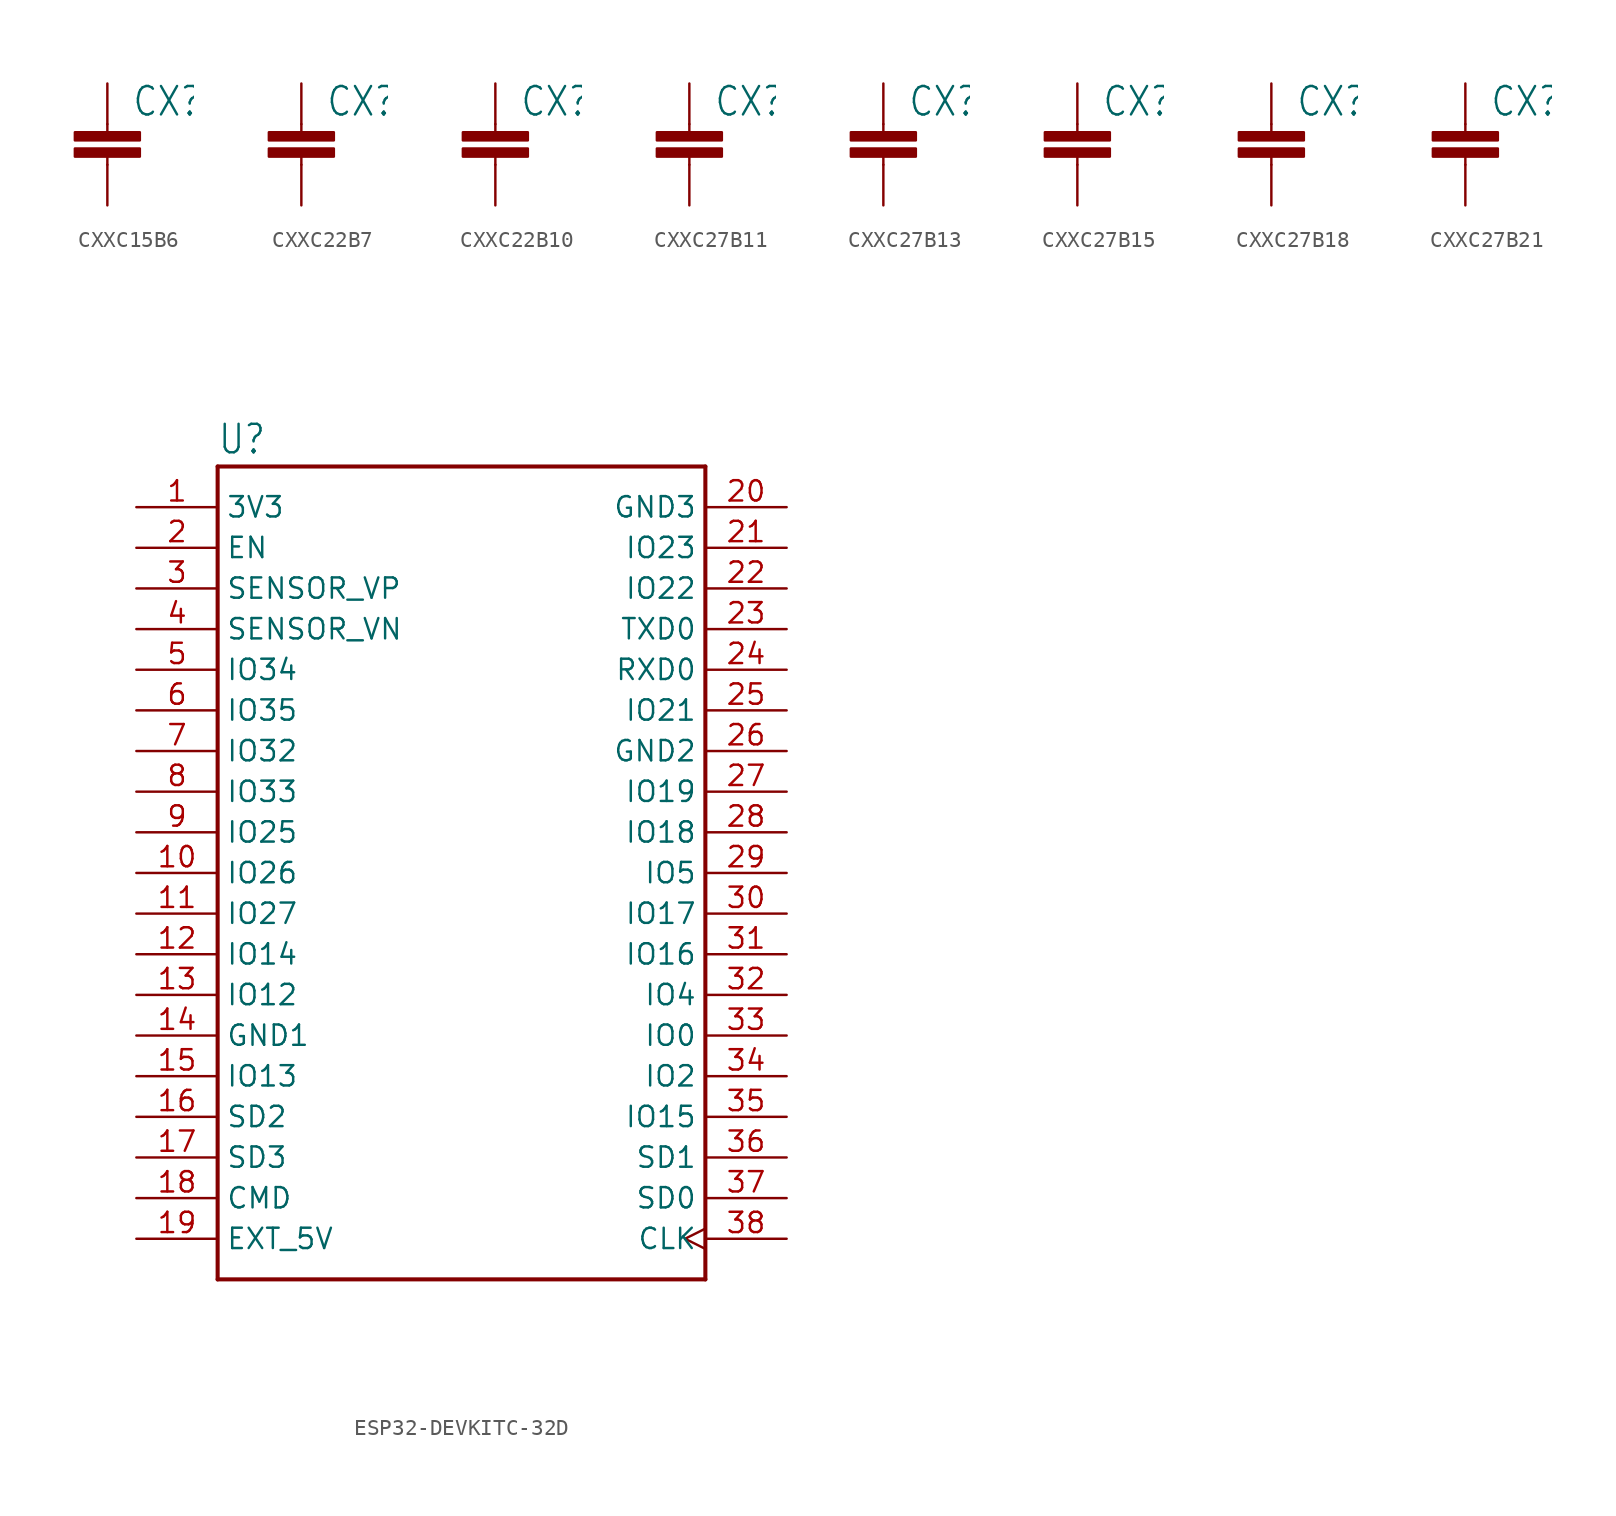
<source format=kicad_sym>
(kicad_symbol_lib
  (version 20231120)
  (generator "kicad_symbol_editor")
  (generator_version "8.0")
  (symbol "CXXC15B6"
    (property "Reference" "CX"
      (at 1.524 0.381 0)
      (effects (font (size 1.778 1.511)) (justify left bottom)))
    (property "Value" ""
      (at 1.524 -4.699 0)
      (effects (font (size 1.778 1.511)) (justify left bottom)))
    (property "ki_locked" ""
      (at 0 0 0)
      (effects (font (size 1.27 1.27))))
    (symbol "CXXC15B6_1_0"
      (rectangle (start -2.032 -2.032) (end 2.032 -1.524) (stroke (width 0) (type default)) (fill (type outline)))
      (rectangle (start -2.032 -1.016) (end 2.032 -0.508) (stroke (width 0) (type default)) (fill (type outline)))
      (polyline (pts (xy 0 -2.54) (xy 0 -2.032)) (stroke (width 0.152) (type solid)) (fill (type none)))
      (polyline (pts (xy 0 0) (xy 0 -0.508)) (stroke (width 0.152) (type solid)) (fill (type none)))
      (pin passive line (at 0 2.54 270) (length 2.54) (name "1" (effects (font (size 0 0)))) (number "1" (effects (font (size 0 0)))))
      (pin passive line (at 0 -5.08 90) (length 2.54) (name "2" (effects (font (size 0 0)))) (number "2" (effects (font (size 0 0)))))))
  (symbol "CXXC22B7"
    (property "Reference" "CX"
      (at 1.524 0.381 0)
      (effects (font (size 1.778 1.511)) (justify left bottom)))
    (property "Value" ""
      (at 1.524 -4.699 0)
      (effects (font (size 1.778 1.511)) (justify left bottom)))
    (property "ki_locked" ""
      (at 0 0 0)
      (effects (font (size 1.27 1.27))))
    (symbol "CXXC22B7_1_0"
      (rectangle (start -2.032 -2.032) (end 2.032 -1.524) (stroke (width 0) (type default)) (fill (type outline)))
      (rectangle (start -2.032 -1.016) (end 2.032 -0.508) (stroke (width 0) (type default)) (fill (type outline)))
      (polyline (pts (xy 0 -2.54) (xy 0 -2.032)) (stroke (width 0.152) (type solid)) (fill (type none)))
      (polyline (pts (xy 0 0) (xy 0 -0.508)) (stroke (width 0.152) (type solid)) (fill (type none)))
      (pin passive line (at 0 2.54 270) (length 2.54) (name "1" (effects (font (size 0 0)))) (number "1" (effects (font (size 0 0)))))
      (pin passive line (at 0 -5.08 90) (length 2.54) (name "2" (effects (font (size 0 0)))) (number "2" (effects (font (size 0 0)))))))
  (symbol "CXXC22B10"
    (property "Reference" "CX"
      (at 1.524 0.381 0)
      (effects (font (size 1.778 1.511)) (justify left bottom)))
    (property "Value" ""
      (at 1.524 -4.699 0)
      (effects (font (size 1.778 1.511)) (justify left bottom)))
    (property "ki_locked" ""
      (at 0 0 0)
      (effects (font (size 1.27 1.27))))
    (symbol "CXXC22B10_1_0"
      (rectangle (start -2.032 -2.032) (end 2.032 -1.524) (stroke (width 0) (type default)) (fill (type outline)))
      (rectangle (start -2.032 -1.016) (end 2.032 -0.508) (stroke (width 0) (type default)) (fill (type outline)))
      (polyline (pts (xy 0 -2.54) (xy 0 -2.032)) (stroke (width 0.152) (type solid)) (fill (type none)))
      (polyline (pts (xy 0 0) (xy 0 -0.508)) (stroke (width 0.152) (type solid)) (fill (type none)))
      (pin passive line (at 0 2.54 270) (length 2.54) (name "1" (effects (font (size 0 0)))) (number "1" (effects (font (size 0 0)))))
      (pin passive line (at 0 -5.08 90) (length 2.54) (name "2" (effects (font (size 0 0)))) (number "2" (effects (font (size 0 0)))))))
  (symbol "CXXC27B11"
    (property "Reference" "CX"
      (at 1.524 0.381 0)
      (effects (font (size 1.778 1.511)) (justify left bottom)))
    (property "Value" ""
      (at 1.524 -4.699 0)
      (effects (font (size 1.778 1.511)) (justify left bottom)))
    (property "ki_locked" ""
      (at 0 0 0)
      (effects (font (size 1.27 1.27))))
    (symbol "CXXC27B11_1_0"
      (rectangle (start -2.032 -2.032) (end 2.032 -1.524) (stroke (width 0) (type default)) (fill (type outline)))
      (rectangle (start -2.032 -1.016) (end 2.032 -0.508) (stroke (width 0) (type default)) (fill (type outline)))
      (polyline (pts (xy 0 -2.54) (xy 0 -2.032)) (stroke (width 0.152) (type solid)) (fill (type none)))
      (polyline (pts (xy 0 0) (xy 0 -0.508)) (stroke (width 0.152) (type solid)) (fill (type none)))
      (pin passive line (at 0 2.54 270) (length 2.54) (name "1" (effects (font (size 0 0)))) (number "1" (effects (font (size 0 0)))))
      (pin passive line (at 0 -5.08 90) (length 2.54) (name "2" (effects (font (size 0 0)))) (number "2" (effects (font (size 0 0)))))))
  (symbol "CXXC27B13"
    (property "Reference" "CX"
      (at 1.524 0.381 0)
      (effects (font (size 1.778 1.511)) (justify left bottom)))
    (property "Value" ""
      (at 1.524 -4.699 0)
      (effects (font (size 1.778 1.511)) (justify left bottom)))
    (property "ki_locked" ""
      (at 0 0 0)
      (effects (font (size 1.27 1.27))))
    (symbol "CXXC27B13_1_0"
      (rectangle (start -2.032 -2.032) (end 2.032 -1.524) (stroke (width 0) (type default)) (fill (type outline)))
      (rectangle (start -2.032 -1.016) (end 2.032 -0.508) (stroke (width 0) (type default)) (fill (type outline)))
      (polyline (pts (xy 0 -2.54) (xy 0 -2.032)) (stroke (width 0.152) (type solid)) (fill (type none)))
      (polyline (pts (xy 0 0) (xy 0 -0.508)) (stroke (width 0.152) (type solid)) (fill (type none)))
      (pin passive line (at 0 2.54 270) (length 2.54) (name "1" (effects (font (size 0 0)))) (number "1" (effects (font (size 0 0)))))
      (pin passive line (at 0 -5.08 90) (length 2.54) (name "2" (effects (font (size 0 0)))) (number "2" (effects (font (size 0 0)))))))
  (symbol "CXXC27B15"
    (property "Reference" "CX"
      (at 1.524 0.381 0)
      (effects (font (size 1.778 1.511)) (justify left bottom)))
    (property "Value" ""
      (at 1.524 -4.699 0)
      (effects (font (size 1.778 1.511)) (justify left bottom)))
    (property "ki_locked" ""
      (at 0 0 0)
      (effects (font (size 1.27 1.27))))
    (symbol "CXXC27B15_1_0"
      (rectangle (start -2.032 -2.032) (end 2.032 -1.524) (stroke (width 0) (type default)) (fill (type outline)))
      (rectangle (start -2.032 -1.016) (end 2.032 -0.508) (stroke (width 0) (type default)) (fill (type outline)))
      (polyline (pts (xy 0 -2.54) (xy 0 -2.032)) (stroke (width 0.152) (type solid)) (fill (type none)))
      (polyline (pts (xy 0 0) (xy 0 -0.508)) (stroke (width 0.152) (type solid)) (fill (type none)))
      (pin passive line (at 0 2.54 270) (length 2.54) (name "1" (effects (font (size 0 0)))) (number "1" (effects (font (size 0 0)))))
      (pin passive line (at 0 -5.08 90) (length 2.54) (name "2" (effects (font (size 0 0)))) (number "2" (effects (font (size 0 0)))))))
  (symbol "CXXC27B18"
    (property "Reference" "CX"
      (at 1.524 0.381 0)
      (effects (font (size 1.778 1.511)) (justify left bottom)))
    (property "Value" ""
      (at 1.524 -4.699 0)
      (effects (font (size 1.778 1.511)) (justify left bottom)))
    (property "ki_locked" ""
      (at 0 0 0)
      (effects (font (size 1.27 1.27))))
    (symbol "CXXC27B18_1_0"
      (rectangle (start -2.032 -2.032) (end 2.032 -1.524) (stroke (width 0) (type default)) (fill (type outline)))
      (rectangle (start -2.032 -1.016) (end 2.032 -0.508) (stroke (width 0) (type default)) (fill (type outline)))
      (polyline (pts (xy 0 -2.54) (xy 0 -2.032)) (stroke (width 0.152) (type solid)) (fill (type none)))
      (polyline (pts (xy 0 0) (xy 0 -0.508)) (stroke (width 0.152) (type solid)) (fill (type none)))
      (pin passive line (at 0 2.54 270) (length 2.54) (name "1" (effects (font (size 0 0)))) (number "1" (effects (font (size 0 0)))))
      (pin passive line (at 0 -5.08 90) (length 2.54) (name "2" (effects (font (size 0 0)))) (number "2" (effects (font (size 0 0)))))))
  (symbol "CXXC27B21"
    (property "Reference" "CX"
      (at 1.524 0.381 0)
      (effects (font (size 1.778 1.511)) (justify left bottom)))
    (property "Value" ""
      (at 1.524 -4.699 0)
      (effects (font (size 1.778 1.511)) (justify left bottom)))
    (property "ki_locked" ""
      (at 0 0 0)
      (effects (font (size 1.27 1.27))))
    (symbol "CXXC27B21_1_0"
      (rectangle (start -2.032 -2.032) (end 2.032 -1.524) (stroke (width 0) (type default)) (fill (type outline)))
      (rectangle (start -2.032 -1.016) (end 2.032 -0.508) (stroke (width 0) (type default)) (fill (type outline)))
      (polyline (pts (xy 0 -2.54) (xy 0 -2.032)) (stroke (width 0.152) (type solid)) (fill (type none)))
      (polyline (pts (xy 0 0) (xy 0 -0.508)) (stroke (width 0.152) (type solid)) (fill (type none)))
      (pin passive line (at 0 2.54 270) (length 2.54) (name "1" (effects (font (size 0 0)))) (number "1" (effects (font (size 0 0)))))
      (pin passive line (at 0 -5.08 90) (length 2.54) (name "2" (effects (font (size 0 0)))) (number "2" (effects (font (size 0 0)))))))
  (symbol "ESP32-DEVKITC-32D"
    (property "Reference" "U"
      (at -15.257 26.064 0)
      (effects (font (size 1.78 1.513)) (justify left bottom)))
    (property "Value" ""
      (at -15.256 -27.97 0)
      (effects (font (size 1.78 1.513)) (justify left bottom)))
    (property "ki_locked" ""
      (at 0 0 0)
      (effects (font (size 1.27 1.27))))
    (symbol "ESP32-DEVKITC-32D_1_0"
      (polyline (pts (xy -15.24 -25.4) (xy -15.24 25.4)) (stroke (width 0.254) (type solid)) (fill (type none)))
      (polyline (pts (xy -15.24 25.4) (xy 15.24 25.4)) (stroke (width 0.254) (type solid)) (fill (type none)))
      (polyline (pts (xy 15.24 -25.4) (xy -15.24 -25.4)) (stroke (width 0.254) (type solid)) (fill (type none)))
      (polyline (pts (xy 15.24 25.4) (xy 15.24 -25.4)) (stroke (width 0.254) (type solid)) (fill (type none)))
      (pin power_in line (at -20.32 22.86 0) (length 5.08) (name "3V3" (effects (font (size 1.27 1.27)))) (number "1" (effects (font (size 1.27 1.27)))))
      (pin bidirectional line (at -20.32 0 0) (length 5.08) (name "IO26" (effects (font (size 1.27 1.27)))) (number "10" (effects (font (size 1.27 1.27)))))
      (pin bidirectional line (at -20.32 -2.54 0) (length 5.08) (name "IO27" (effects (font (size 1.27 1.27)))) (number "11" (effects (font (size 1.27 1.27)))))
      (pin bidirectional line (at -20.32 -5.08 0) (length 5.08) (name "IO14" (effects (font (size 1.27 1.27)))) (number "12" (effects (font (size 1.27 1.27)))))
      (pin bidirectional line (at -20.32 -7.62 0) (length 5.08) (name "IO12" (effects (font (size 1.27 1.27)))) (number "13" (effects (font (size 1.27 1.27)))))
      (pin power_in line (at -20.32 -10.16 0) (length 5.08) (name "GND1" (effects (font (size 1.27 1.27)))) (number "14" (effects (font (size 1.27 1.27)))))
      (pin bidirectional line (at -20.32 -12.7 0) (length 5.08) (name "IO13" (effects (font (size 1.27 1.27)))) (number "15" (effects (font (size 1.27 1.27)))))
      (pin bidirectional line (at -20.32 -15.24 0) (length 5.08) (name "SD2" (effects (font (size 1.27 1.27)))) (number "16" (effects (font (size 1.27 1.27)))))
      (pin bidirectional line (at -20.32 -17.78 0) (length 5.08) (name "SD3" (effects (font (size 1.27 1.27)))) (number "17" (effects (font (size 1.27 1.27)))))
      (pin bidirectional line (at -20.32 -20.32 0) (length 5.08) (name "CMD" (effects (font (size 1.27 1.27)))) (number "18" (effects (font (size 1.27 1.27)))))
      (pin power_in line (at -20.32 -22.86 0) (length 5.08) (name "EXT_5V" (effects (font (size 1.27 1.27)))) (number "19" (effects (font (size 1.27 1.27)))))
      (pin input line (at -20.32 20.32 0) (length 5.08) (name "EN" (effects (font (size 1.27 1.27)))) (number "2" (effects (font (size 1.27 1.27)))))
      (pin power_in line (at 20.32 22.86 180) (length 5.08) (name "GND3" (effects (font (size 1.27 1.27)))) (number "20" (effects (font (size 1.27 1.27)))))
      (pin bidirectional line (at 20.32 20.32 180) (length 5.08) (name "IO23" (effects (font (size 1.27 1.27)))) (number "21" (effects (font (size 1.27 1.27)))))
      (pin bidirectional line (at 20.32 17.78 180) (length 5.08) (name "IO22" (effects (font (size 1.27 1.27)))) (number "22" (effects (font (size 1.27 1.27)))))
      (pin output line (at 20.32 15.24 180) (length 5.08) (name "TXD0" (effects (font (size 1.27 1.27)))) (number "23" (effects (font (size 1.27 1.27)))))
      (pin input line (at 20.32 12.7 180) (length 5.08) (name "RXD0" (effects (font (size 1.27 1.27)))) (number "24" (effects (font (size 1.27 1.27)))))
      (pin bidirectional line (at 20.32 10.16 180) (length 5.08) (name "IO21" (effects (font (size 1.27 1.27)))) (number "25" (effects (font (size 1.27 1.27)))))
      (pin power_in line (at 20.32 7.62 180) (length 5.08) (name "GND2" (effects (font (size 1.27 1.27)))) (number "26" (effects (font (size 1.27 1.27)))))
      (pin bidirectional line (at 20.32 5.08 180) (length 5.08) (name "IO19" (effects (font (size 1.27 1.27)))) (number "27" (effects (font (size 1.27 1.27)))))
      (pin bidirectional line (at 20.32 2.54 180) (length 5.08) (name "IO18" (effects (font (size 1.27 1.27)))) (number "28" (effects (font (size 1.27 1.27)))))
      (pin bidirectional line (at 20.32 0 180) (length 5.08) (name "IO5" (effects (font (size 1.27 1.27)))) (number "29" (effects (font (size 1.27 1.27)))))
      (pin input line (at -20.32 17.78 0) (length 5.08) (name "SENSOR_VP" (effects (font (size 1.27 1.27)))) (number "3" (effects (font (size 1.27 1.27)))))
      (pin bidirectional line (at 20.32 -2.54 180) (length 5.08) (name "IO17" (effects (font (size 1.27 1.27)))) (number "30" (effects (font (size 1.27 1.27)))))
      (pin bidirectional line (at 20.32 -5.08 180) (length 5.08) (name "IO16" (effects (font (size 1.27 1.27)))) (number "31" (effects (font (size 1.27 1.27)))))
      (pin bidirectional line (at 20.32 -7.62 180) (length 5.08) (name "IO4" (effects (font (size 1.27 1.27)))) (number "32" (effects (font (size 1.27 1.27)))))
      (pin bidirectional line (at 20.32 -10.16 180) (length 5.08) (name "IO0" (effects (font (size 1.27 1.27)))) (number "33" (effects (font (size 1.27 1.27)))))
      (pin bidirectional line (at 20.32 -12.7 180) (length 5.08) (name "IO2" (effects (font (size 1.27 1.27)))) (number "34" (effects (font (size 1.27 1.27)))))
      (pin bidirectional line (at 20.32 -15.24 180) (length 5.08) (name "IO15" (effects (font (size 1.27 1.27)))) (number "35" (effects (font (size 1.27 1.27)))))
      (pin bidirectional line (at 20.32 -17.78 180) (length 5.08) (name "SD1" (effects (font (size 1.27 1.27)))) (number "36" (effects (font (size 1.27 1.27)))))
      (pin bidirectional line (at 20.32 -20.32 180) (length 5.08) (name "SD0" (effects (font (size 1.27 1.27)))) (number "37" (effects (font (size 1.27 1.27)))))
      (pin input clock (at 20.32 -22.86 180) (length 5.08) (name "CLK" (effects (font (size 1.27 1.27)))) (number "38" (effects (font (size 1.27 1.27)))))
      (pin input line (at -20.32 15.24 0) (length 5.08) (name "SENSOR_VN" (effects (font (size 1.27 1.27)))) (number "4" (effects (font (size 1.27 1.27)))))
      (pin bidirectional line (at -20.32 12.7 0) (length 5.08) (name "IO34" (effects (font (size 1.27 1.27)))) (number "5" (effects (font (size 1.27 1.27)))))
      (pin bidirectional line (at -20.32 10.16 0) (length 5.08) (name "IO35" (effects (font (size 1.27 1.27)))) (number "6" (effects (font (size 1.27 1.27)))))
      (pin bidirectional line (at -20.32 7.62 0) (length 5.08) (name "IO32" (effects (font (size 1.27 1.27)))) (number "7" (effects (font (size 1.27 1.27)))))
      (pin bidirectional line (at -20.32 5.08 0) (length 5.08) (name "IO33" (effects (font (size 1.27 1.27)))) (number "8" (effects (font (size 1.27 1.27)))))
      (pin bidirectional line (at -20.32 2.54 0) (length 5.08) (name "IO25" (effects (font (size 1.27 1.27)))) (number "9" (effects (font (size 1.27 1.27))))))))
</source>
